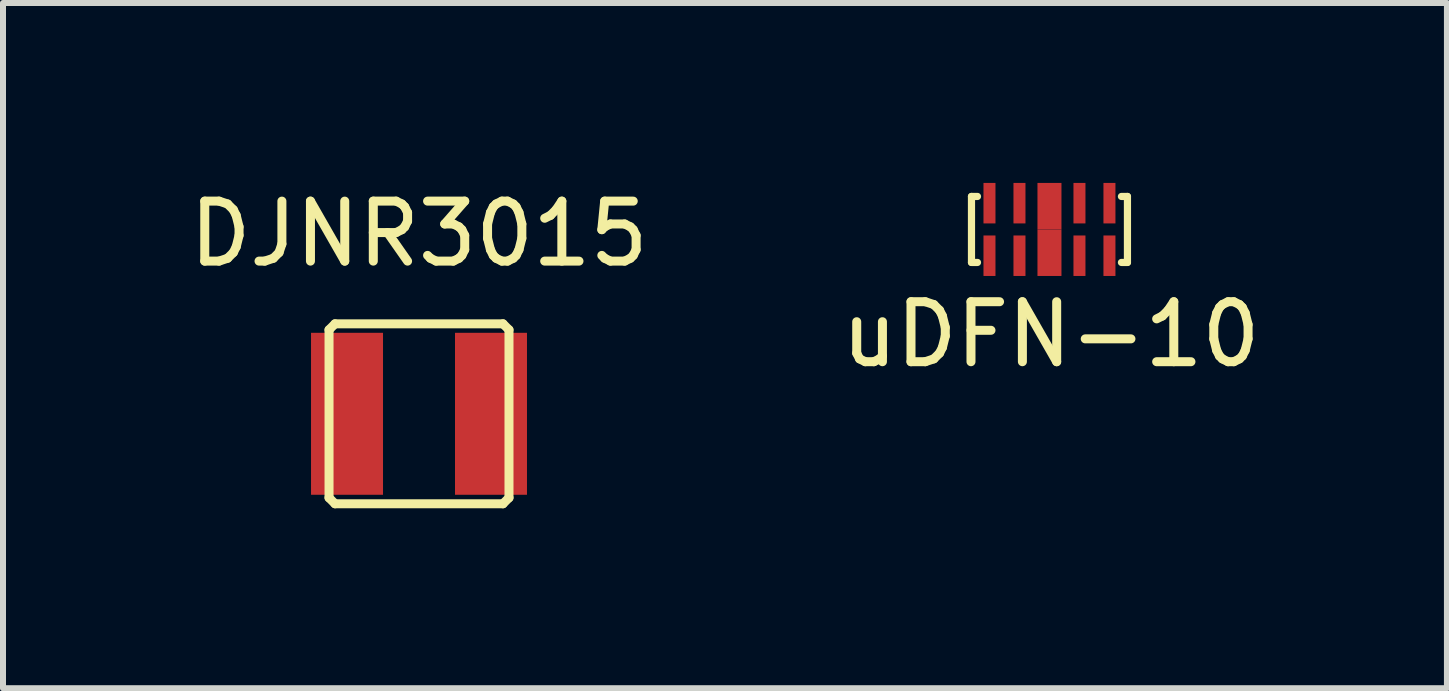
<source format=kicad_pcb>
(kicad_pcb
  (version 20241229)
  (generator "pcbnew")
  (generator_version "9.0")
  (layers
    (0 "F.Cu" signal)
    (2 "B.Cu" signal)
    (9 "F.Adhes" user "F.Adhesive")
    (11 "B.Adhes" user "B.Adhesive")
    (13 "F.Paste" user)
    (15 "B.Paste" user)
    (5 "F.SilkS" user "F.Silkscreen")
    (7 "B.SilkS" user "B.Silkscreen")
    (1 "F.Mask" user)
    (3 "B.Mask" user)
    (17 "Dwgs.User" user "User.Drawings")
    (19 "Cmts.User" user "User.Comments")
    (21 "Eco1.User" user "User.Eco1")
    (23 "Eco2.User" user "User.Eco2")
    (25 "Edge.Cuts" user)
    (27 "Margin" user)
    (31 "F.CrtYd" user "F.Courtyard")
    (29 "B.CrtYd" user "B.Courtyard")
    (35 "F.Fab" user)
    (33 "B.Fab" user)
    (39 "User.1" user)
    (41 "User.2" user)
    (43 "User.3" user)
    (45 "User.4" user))
  (footprint "uDFN-10"
    (layer "F.Cu")
    (at 14.445 0.775)
    (property "Reference" "uDFN-10" (at 0.025 1.75 0) (layer "F.SilkS") (effects (font (size 1 1) (thickness 0.15))))
    (attr through_hole)
    (fp_line (start -1.3 -0.55) (end -1.3 0.55) (stroke (width 0.12) (type solid)) (layer "F.SilkS"))
    (fp_line (start -1.3 -0.55) (end -1.2 -0.55) (stroke (width 0.12) (type solid)) (layer "F.SilkS"))
    (fp_line (start -1.3 0.55) (end -1.2 0.55) (stroke (width 0.12) (type solid)) (layer "F.SilkS"))
    (fp_line (start 1.2 -0.55) (end 1.3 -0.55) (stroke (width 0.12) (type solid)) (layer "F.SilkS"))
    (fp_line (start 1.3 -0.55) (end 1.3 0.55) (stroke (width 0.12) (type solid)) (layer "F.SilkS"))
    (fp_line (start 1.3 0.55) (end 1.2 0.55) (stroke (width 0.12) (type solid)) (layer "F.SilkS"))
    (pad "1" smd rect (at -1 0.438) (size 0.2 0.675) (layers "F.Cu" "F.Mask" "F.Paste"))
    (pad "2" smd rect (at -0.5 0.438) (size 0.2 0.675) (layers "F.Cu" "F.Mask" "F.Paste"))
    (pad "3" smd rect (at 0 0.388) (size 0.4 0.775) (layers "F.Cu" "F.Mask" "F.Paste"))
    (pad "4" smd rect (at 0.5 0.438) (size 0.2 0.675) (layers "F.Cu" "F.Mask" "F.Paste"))
    (pad "5" smd rect (at 1 0.438) (size 0.2 0.675) (layers "F.Cu" "F.Mask" "F.Paste"))
    (pad "6" smd rect (at 1 -0.438) (size 0.2 0.675) (layers "F.Cu" "F.Mask" "F.Paste"))
    (pad "7" smd rect (at 0.5 -0.438) (size 0.2 0.675) (layers "F.Cu" "F.Mask" "F.Paste"))
    (pad "8" smd rect (at 0 -0.388) (size 0.4 0.775) (layers "F.Cu" "F.Mask" "F.Paste"))
    (pad "9" smd rect (at -0.5 -0.438) (size 0.2 0.675) (layers "F.Cu" "F.Mask" "F.Paste"))
    (pad "10" smd rect (at -1 -0.438) (size 0.2 0.675) (layers "F.Cu" "F.Mask" "F.Paste")))
  (footprint "DJNR3015"
    (layer "F.Cu")
    (at 3.935 3.848)
    (property "Reference" "DJNR3015" (at 0 -3 0) (layer "F.SilkS") (effects (font (size 1 1) (thickness 0.15))))
    (attr through_hole)
    (fp_line (start -1.5 -1.4) (end -1.4 -1.5) (stroke (width 0.15) (type solid)) (layer "F.SilkS"))
    (fp_line (start -1.5 1.4) (end -1.5 -1.4) (stroke (width 0.15) (type solid)) (layer "F.SilkS"))
    (fp_line (start -1.4 -1.5) (end 1.4 -1.5) (stroke (width 0.15) (type solid)) (layer "F.SilkS"))
    (fp_line (start -1.4 1.5) (end -1.5 1.4) (stroke (width 0.15) (type solid)) (layer "F.SilkS"))
    (fp_line (start 1.4 -1.5) (end 1.5 -1.4) (stroke (width 0.15) (type solid)) (layer "F.SilkS"))
    (fp_line (start 1.4 1.5) (end -1.4 1.5) (stroke (width 0.15) (type solid)) (layer "F.SilkS"))
    (fp_line (start 1.5 -1.4) (end 1.5 1.4) (stroke (width 0.15) (type solid)) (layer "F.SilkS"))
    (fp_line (start 1.5 1.4) (end 1.4 1.5) (stroke (width 0.15) (type solid)) (layer "F.SilkS"))
    (pad "1" smd rect (at -1.2 0) (size 1.2 2.7) (layers "F.Cu" "F.Mask" "F.Paste"))
    (pad "2" smd rect (at 1.2 0) (size 1.2 2.7) (layers "F.Cu" "F.Mask" "F.Paste")))
  (gr_rect
    (start -3 -3)
    (end 21.071 8.423)
    (stroke (width 0.1) (type default))
    (fill no)
    (layer "Edge.Cuts")))
</source>
